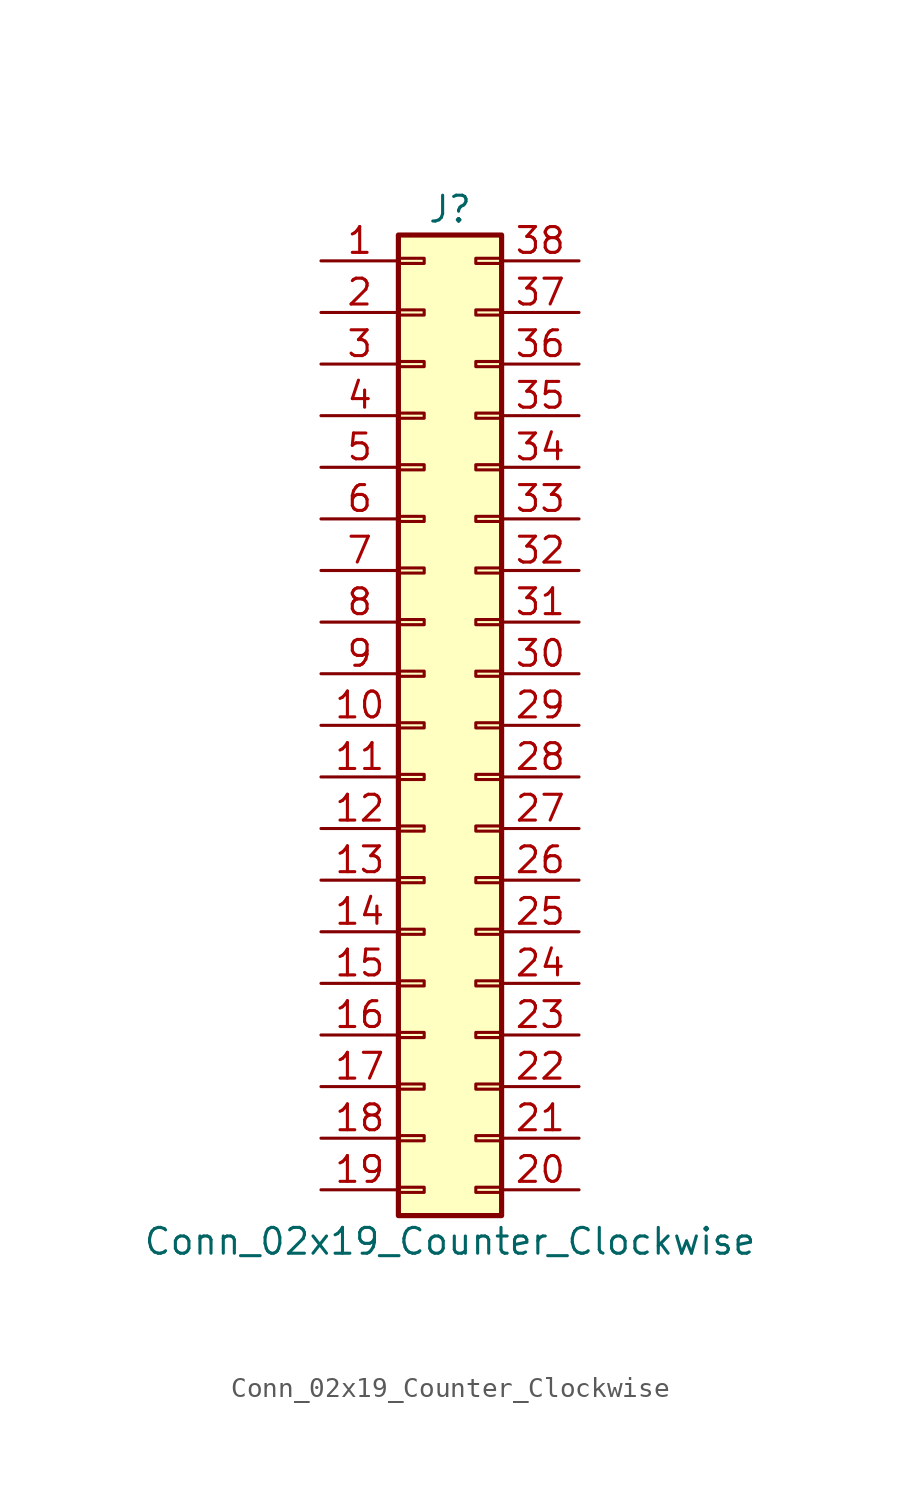
<source format=kicad_sym>
(kicad_symbol_lib
  (version 20211014)
  (generator kicad_symbol_editor)
  (symbol "Conn_02x19_Counter_Clockwise"
    (pin_names
      (offset 1.016) hide)
    (property "Reference" "J"
      (at 1.27 25.4 0)
      (effects (font (size 1.27 1.27))))
    (property "Value" "Conn_02x19_Counter_Clockwise"
      (at 1.27 -25.4 0)
      (effects (font (size 1.27 1.27))))
    (symbol "Conn_02x19_Counter_Clockwise_1_1"
      (rectangle (start -1.27 -22.733) (end 0 -22.987) (stroke (width 0.152) (type default) (color 0 0 0 0)) (fill (type none)))
      (rectangle (start -1.27 -20.193) (end 0 -20.447) (stroke (width 0.152) (type default) (color 0 0 0 0)) (fill (type none)))
      (rectangle (start -1.27 -17.653) (end 0 -17.907) (stroke (width 0.152) (type default) (color 0 0 0 0)) (fill (type none)))
      (rectangle (start -1.27 -15.113) (end 0 -15.367) (stroke (width 0.152) (type default) (color 0 0 0 0)) (fill (type none)))
      (rectangle (start -1.27 -12.573) (end 0 -12.827) (stroke (width 0.152) (type default) (color 0 0 0 0)) (fill (type none)))
      (rectangle (start -1.27 -10.033) (end 0 -10.287) (stroke (width 0.152) (type default) (color 0 0 0 0)) (fill (type none)))
      (rectangle (start -1.27 -7.493) (end 0 -7.747) (stroke (width 0.152) (type default) (color 0 0 0 0)) (fill (type none)))
      (rectangle (start -1.27 -4.953) (end 0 -5.207) (stroke (width 0.152) (type default) (color 0 0 0 0)) (fill (type none)))
      (rectangle (start -1.27 -2.413) (end 0 -2.667) (stroke (width 0.152) (type default) (color 0 0 0 0)) (fill (type none)))
      (rectangle (start -1.27 0.127) (end 0 -0.127) (stroke (width 0.152) (type default) (color 0 0 0 0)) (fill (type none)))
      (rectangle (start -1.27 2.667) (end 0 2.413) (stroke (width 0.152) (type default) (color 0 0 0 0)) (fill (type none)))
      (rectangle (start -1.27 5.207) (end 0 4.953) (stroke (width 0.152) (type default) (color 0 0 0 0)) (fill (type none)))
      (rectangle (start -1.27 7.747) (end 0 7.493) (stroke (width 0.152) (type default) (color 0 0 0 0)) (fill (type none)))
      (rectangle (start -1.27 10.287) (end 0 10.033) (stroke (width 0.152) (type default) (color 0 0 0 0)) (fill (type none)))
      (rectangle (start -1.27 12.827) (end 0 12.573) (stroke (width 0.152) (type default) (color 0 0 0 0)) (fill (type none)))
      (rectangle (start -1.27 15.367) (end 0 15.113) (stroke (width 0.152) (type default) (color 0 0 0 0)) (fill (type none)))
      (rectangle (start -1.27 17.907) (end 0 17.653) (stroke (width 0.152) (type default) (color 0 0 0 0)) (fill (type none)))
      (rectangle (start -1.27 20.447) (end 0 20.193) (stroke (width 0.152) (type default) (color 0 0 0 0)) (fill (type none)))
      (rectangle (start -1.27 22.987) (end 0 22.733) (stroke (width 0.152) (type default) (color 0 0 0 0)) (fill (type none)))
      (rectangle (start -1.27 24.13) (end 3.81 -24.13) (stroke (width 0.254) (type default) (color 0 0 0 0)) (fill (type background)))
      (rectangle (start 3.81 -22.733) (end 2.54 -22.987) (stroke (width 0.152) (type default) (color 0 0 0 0)) (fill (type none)))
      (rectangle (start 3.81 -20.193) (end 2.54 -20.447) (stroke (width 0.152) (type default) (color 0 0 0 0)) (fill (type none)))
      (rectangle (start 3.81 -17.653) (end 2.54 -17.907) (stroke (width 0.152) (type default) (color 0 0 0 0)) (fill (type none)))
      (rectangle (start 3.81 -15.113) (end 2.54 -15.367) (stroke (width 0.152) (type default) (color 0 0 0 0)) (fill (type none)))
      (rectangle (start 3.81 -12.573) (end 2.54 -12.827) (stroke (width 0.152) (type default) (color 0 0 0 0)) (fill (type none)))
      (rectangle (start 3.81 -10.033) (end 2.54 -10.287) (stroke (width 0.152) (type default) (color 0 0 0 0)) (fill (type none)))
      (rectangle (start 3.81 -7.493) (end 2.54 -7.747) (stroke (width 0.152) (type default) (color 0 0 0 0)) (fill (type none)))
      (rectangle (start 3.81 -4.953) (end 2.54 -5.207) (stroke (width 0.152) (type default) (color 0 0 0 0)) (fill (type none)))
      (rectangle (start 3.81 -2.413) (end 2.54 -2.667) (stroke (width 0.152) (type default) (color 0 0 0 0)) (fill (type none)))
      (rectangle (start 3.81 0.127) (end 2.54 -0.127) (stroke (width 0.152) (type default) (color 0 0 0 0)) (fill (type none)))
      (rectangle (start 3.81 2.667) (end 2.54 2.413) (stroke (width 0.152) (type default) (color 0 0 0 0)) (fill (type none)))
      (rectangle (start 3.81 5.207) (end 2.54 4.953) (stroke (width 0.152) (type default) (color 0 0 0 0)) (fill (type none)))
      (rectangle (start 3.81 7.747) (end 2.54 7.493) (stroke (width 0.152) (type default) (color 0 0 0 0)) (fill (type none)))
      (rectangle (start 3.81 10.287) (end 2.54 10.033) (stroke (width 0.152) (type default) (color 0 0 0 0)) (fill (type none)))
      (rectangle (start 3.81 12.827) (end 2.54 12.573) (stroke (width 0.152) (type default) (color 0 0 0 0)) (fill (type none)))
      (rectangle (start 3.81 15.367) (end 2.54 15.113) (stroke (width 0.152) (type default) (color 0 0 0 0)) (fill (type none)))
      (rectangle (start 3.81 17.907) (end 2.54 17.653) (stroke (width 0.152) (type default) (color 0 0 0 0)) (fill (type none)))
      (rectangle (start 3.81 20.447) (end 2.54 20.193) (stroke (width 0.152) (type default) (color 0 0 0 0)) (fill (type none)))
      (rectangle (start 3.81 22.987) (end 2.54 22.733) (stroke (width 0.152) (type default) (color 0 0 0 0)) (fill (type none)))
      (pin passive line (at -5.08 22.86 0) (length 3.81) (name "Pin_1" (effects (font (size 1.27 1.27)))) (number "1" (effects (font (size 1.27 1.27)))))
      (pin passive line (at -5.08 0 0) (length 3.81) (name "Pin_10" (effects (font (size 1.27 1.27)))) (number "10" (effects (font (size 1.27 1.27)))))
      (pin passive line (at -5.08 -2.54 0) (length 3.81) (name "Pin_11" (effects (font (size 1.27 1.27)))) (number "11" (effects (font (size 1.27 1.27)))))
      (pin passive line (at -5.08 -5.08 0) (length 3.81) (name "Pin_12" (effects (font (size 1.27 1.27)))) (number "12" (effects (font (size 1.27 1.27)))))
      (pin passive line (at -5.08 -7.62 0) (length 3.81) (name "Pin_13" (effects (font (size 1.27 1.27)))) (number "13" (effects (font (size 1.27 1.27)))))
      (pin passive line (at -5.08 -10.16 0) (length 3.81) (name "Pin_14" (effects (font (size 1.27 1.27)))) (number "14" (effects (font (size 1.27 1.27)))))
      (pin passive line (at -5.08 -12.7 0) (length 3.81) (name "Pin_15" (effects (font (size 1.27 1.27)))) (number "15" (effects (font (size 1.27 1.27)))))
      (pin passive line (at -5.08 -15.24 0) (length 3.81) (name "Pin_16" (effects (font (size 1.27 1.27)))) (number "16" (effects (font (size 1.27 1.27)))))
      (pin passive line (at -5.08 -17.78 0) (length 3.81) (name "Pin_17" (effects (font (size 1.27 1.27)))) (number "17" (effects (font (size 1.27 1.27)))))
      (pin passive line (at -5.08 -20.32 0) (length 3.81) (name "Pin_18" (effects (font (size 1.27 1.27)))) (number "18" (effects (font (size 1.27 1.27)))))
      (pin passive line (at -5.08 -22.86 0) (length 3.81) (name "Pin_19" (effects (font (size 1.27 1.27)))) (number "19" (effects (font (size 1.27 1.27)))))
      (pin passive line (at -5.08 20.32 0) (length 3.81) (name "Pin_2" (effects (font (size 1.27 1.27)))) (number "2" (effects (font (size 1.27 1.27)))))
      (pin passive line (at 7.62 -22.86 180) (length 3.81) (name "Pin_20" (effects (font (size 1.27 1.27)))) (number "20" (effects (font (size 1.27 1.27)))))
      (pin passive line (at 7.62 -20.32 180) (length 3.81) (name "Pin_21" (effects (font (size 1.27 1.27)))) (number "21" (effects (font (size 1.27 1.27)))))
      (pin passive line (at 7.62 -17.78 180) (length 3.81) (name "Pin_22" (effects (font (size 1.27 1.27)))) (number "22" (effects (font (size 1.27 1.27)))))
      (pin passive line (at 7.62 -15.24 180) (length 3.81) (name "Pin_23" (effects (font (size 1.27 1.27)))) (number "23" (effects (font (size 1.27 1.27)))))
      (pin passive line (at 7.62 -12.7 180) (length 3.81) (name "Pin_24" (effects (font (size 1.27 1.27)))) (number "24" (effects (font (size 1.27 1.27)))))
      (pin passive line (at 7.62 -10.16 180) (length 3.81) (name "Pin_25" (effects (font (size 1.27 1.27)))) (number "25" (effects (font (size 1.27 1.27)))))
      (pin passive line (at 7.62 -7.62 180) (length 3.81) (name "Pin_26" (effects (font (size 1.27 1.27)))) (number "26" (effects (font (size 1.27 1.27)))))
      (pin passive line (at 7.62 -5.08 180) (length 3.81) (name "Pin_27" (effects (font (size 1.27 1.27)))) (number "27" (effects (font (size 1.27 1.27)))))
      (pin passive line (at 7.62 -2.54 180) (length 3.81) (name "Pin_28" (effects (font (size 1.27 1.27)))) (number "28" (effects (font (size 1.27 1.27)))))
      (pin passive line (at 7.62 0 180) (length 3.81) (name "Pin_29" (effects (font (size 1.27 1.27)))) (number "29" (effects (font (size 1.27 1.27)))))
      (pin passive line (at -5.08 17.78 0) (length 3.81) (name "Pin_3" (effects (font (size 1.27 1.27)))) (number "3" (effects (font (size 1.27 1.27)))))
      (pin passive line (at 7.62 2.54 180) (length 3.81) (name "Pin_30" (effects (font (size 1.27 1.27)))) (number "30" (effects (font (size 1.27 1.27)))))
      (pin passive line (at 7.62 5.08 180) (length 3.81) (name "Pin_31" (effects (font (size 1.27 1.27)))) (number "31" (effects (font (size 1.27 1.27)))))
      (pin passive line (at 7.62 7.62 180) (length 3.81) (name "Pin_32" (effects (font (size 1.27 1.27)))) (number "32" (effects (font (size 1.27 1.27)))))
      (pin passive line (at 7.62 10.16 180) (length 3.81) (name "Pin_33" (effects (font (size 1.27 1.27)))) (number "33" (effects (font (size 1.27 1.27)))))
      (pin passive line (at 7.62 12.7 180) (length 3.81) (name "Pin_34" (effects (font (size 1.27 1.27)))) (number "34" (effects (font (size 1.27 1.27)))))
      (pin passive line (at 7.62 15.24 180) (length 3.81) (name "Pin_35" (effects (font (size 1.27 1.27)))) (number "35" (effects (font (size 1.27 1.27)))))
      (pin passive line (at 7.62 17.78 180) (length 3.81) (name "Pin_36" (effects (font (size 1.27 1.27)))) (number "36" (effects (font (size 1.27 1.27)))))
      (pin passive line (at 7.62 20.32 180) (length 3.81) (name "Pin_37" (effects (font (size 1.27 1.27)))) (number "37" (effects (font (size 1.27 1.27)))))
      (pin passive line (at 7.62 22.86 180) (length 3.81) (name "Pin_38" (effects (font (size 1.27 1.27)))) (number "38" (effects (font (size 1.27 1.27)))))
      (pin passive line (at -5.08 15.24 0) (length 3.81) (name "Pin_4" (effects (font (size 1.27 1.27)))) (number "4" (effects (font (size 1.27 1.27)))))
      (pin passive line (at -5.08 12.7 0) (length 3.81) (name "Pin_5" (effects (font (size 1.27 1.27)))) (number "5" (effects (font (size 1.27 1.27)))))
      (pin passive line (at -5.08 10.16 0) (length 3.81) (name "Pin_6" (effects (font (size 1.27 1.27)))) (number "6" (effects (font (size 1.27 1.27)))))
      (pin passive line (at -5.08 7.62 0) (length 3.81) (name "Pin_7" (effects (font (size 1.27 1.27)))) (number "7" (effects (font (size 1.27 1.27)))))
      (pin passive line (at -5.08 5.08 0) (length 3.81) (name "Pin_8" (effects (font (size 1.27 1.27)))) (number "8" (effects (font (size 1.27 1.27)))))
      (pin passive line (at -5.08 2.54 0) (length 3.81) (name "Pin_9" (effects (font (size 1.27 1.27)))) (number "9" (effects (font (size 1.27 1.27))))))))
</source>
